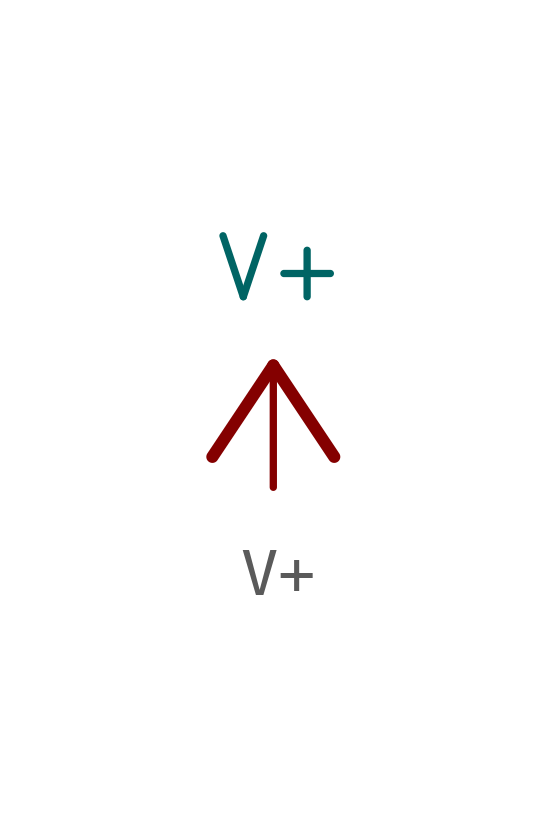
<source format=kicad_sym>
(kicad_symbol_lib
  (version 20241209)
  (generator "kicad_symbol_editor")
  (generator_version "9.0")
  (symbol "V+"
    (power)
    (property "Reference" "#SUPPLY"
      (at 0 0 0)
      (effects (font (size 1.27 1.27)) (hide yes)))
    (property "Value" "V+"
      (at -1.27 1.27 0)
      (effects (font (size 1.27 1.27)) (justify left bottom)))
    (property "ki_locked" ""
      (at 0 0 0)
      (effects (font (size 1.27 1.27))))
    (symbol "V+_1_0"
      (polyline (pts (xy 0 0) (xy -1.27 -1.905)) (stroke (width 0.254) (type solid)) (fill (type none)))
      (polyline (pts (xy 1.27 -1.905) (xy 0 0)) (stroke (width 0.254) (type solid)) (fill (type none)))
      (pin power_in line (at 0 -2.54 90) (length 2.54) (name "V+" (effects (font (size 0 0)))) (number "1" (effects (font (size 0 0))))))))
</source>
